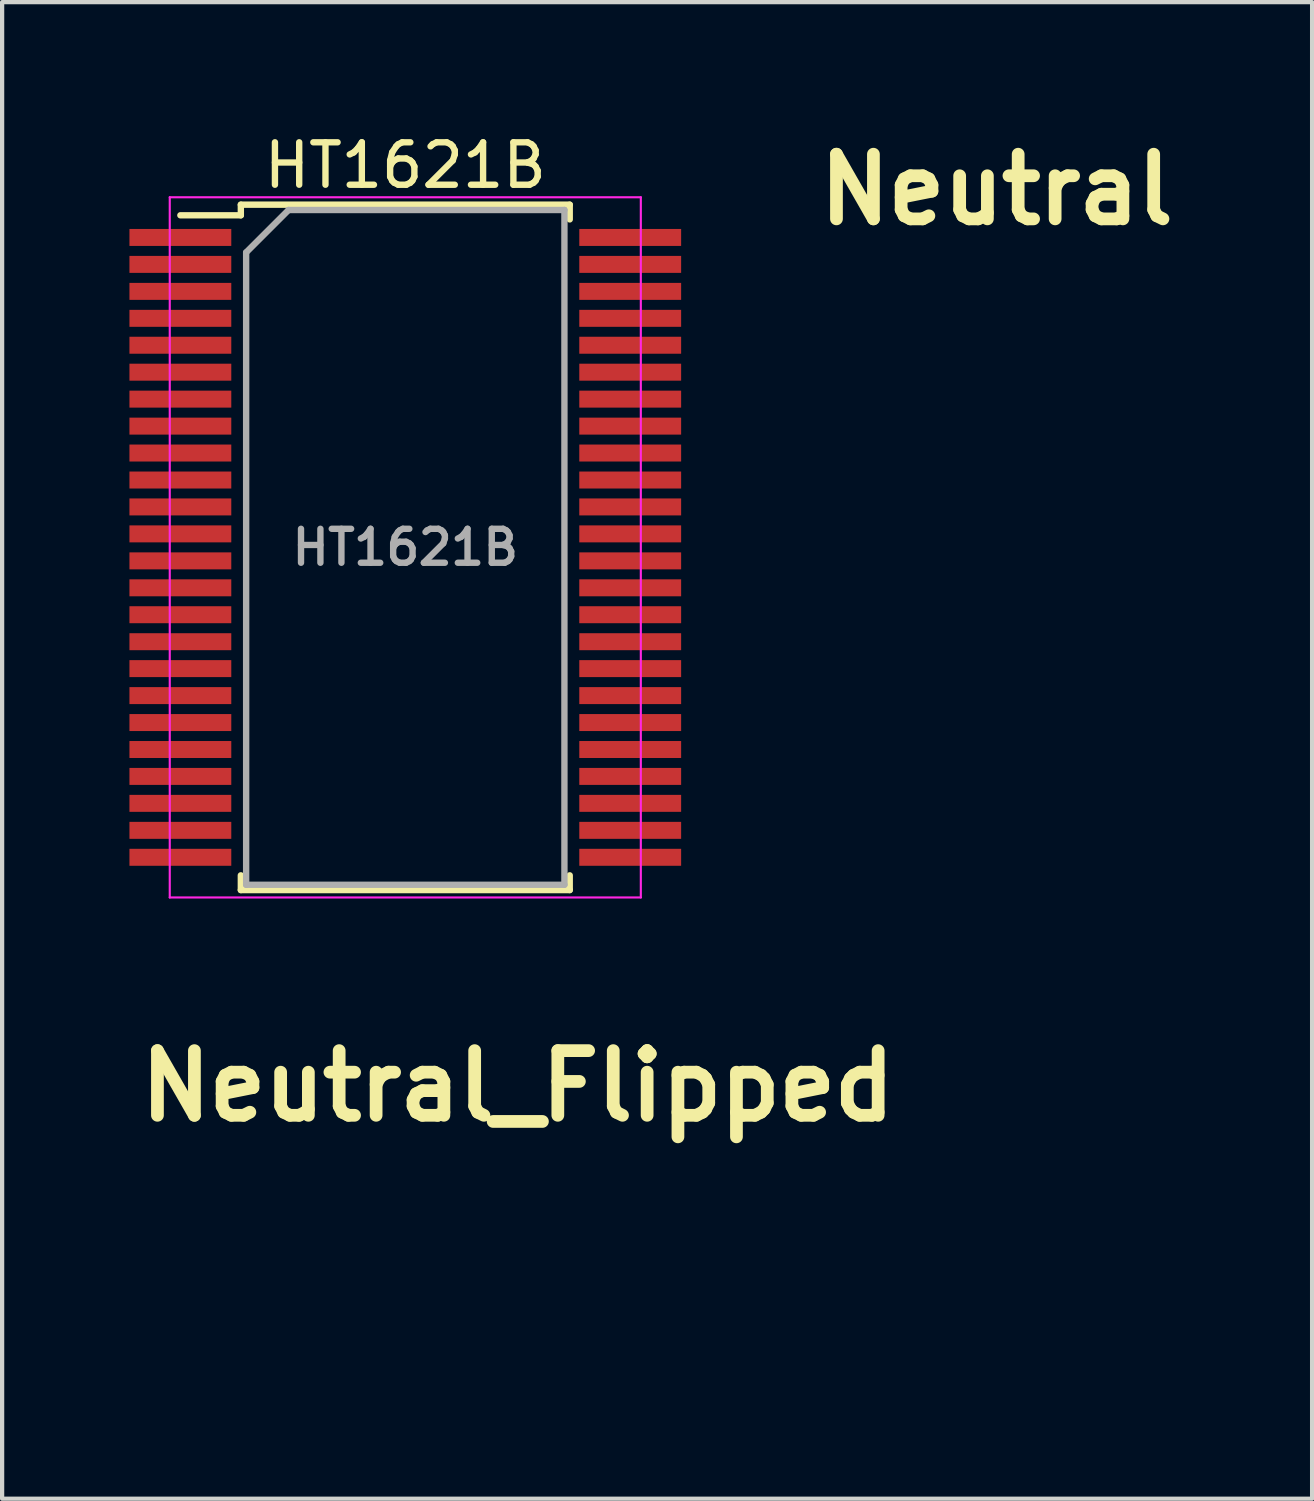
<source format=kicad_pcb>
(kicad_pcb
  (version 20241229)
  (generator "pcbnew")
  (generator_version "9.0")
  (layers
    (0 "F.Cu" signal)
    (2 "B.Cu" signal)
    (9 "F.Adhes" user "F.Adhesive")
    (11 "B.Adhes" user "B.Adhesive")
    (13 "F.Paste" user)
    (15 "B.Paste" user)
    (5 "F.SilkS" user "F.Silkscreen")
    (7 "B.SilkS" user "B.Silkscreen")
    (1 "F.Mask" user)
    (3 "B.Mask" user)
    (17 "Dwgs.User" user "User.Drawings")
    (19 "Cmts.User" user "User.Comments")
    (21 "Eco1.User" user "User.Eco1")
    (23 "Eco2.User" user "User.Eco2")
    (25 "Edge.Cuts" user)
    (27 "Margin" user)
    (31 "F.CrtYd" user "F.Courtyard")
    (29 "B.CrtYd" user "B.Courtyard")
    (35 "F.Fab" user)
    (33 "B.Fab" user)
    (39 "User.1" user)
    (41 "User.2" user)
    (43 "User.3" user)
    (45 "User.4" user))
  (footprint "HT1621B"
    (layer "F.Cu")
    (at 6.5 9.848)
    (property "Reference" "HT1621B" (at 0 -9 0) (layer "F.SilkS") (effects (font (size 1 1) (thickness 0.15))))
    (attr smd)
    (fp_line (start -3.875 -8.075) (end -3.875 -7.825) (stroke (width 0.15) (type solid)) (layer "F.SilkS"))
    (fp_line (start -3.875 -8.075) (end 3.875 -8.075) (stroke (width 0.15) (type solid)) (layer "F.SilkS"))
    (fp_line (start -3.875 -7.825) (end -5.3 -7.825) (stroke (width 0.15) (type solid)) (layer "F.SilkS"))
    (fp_line (start -3.875 8.075) (end -3.875 7.728) (stroke (width 0.15) (type solid)) (layer "F.SilkS"))
    (fp_line (start -3.875 8.075) (end 3.875 8.075) (stroke (width 0.15) (type solid)) (layer "F.SilkS"))
    (fp_line (start 3.875 -8.075) (end 3.875 -7.728) (stroke (width 0.15) (type solid)) (layer "F.SilkS"))
    (fp_line (start 3.875 8.075) (end 3.875 7.728) (stroke (width 0.15) (type solid)) (layer "F.SilkS"))
    (fp_line (start -5.55 -8.25) (end -5.55 8.25) (stroke (width 0.05) (type solid)) (layer "F.CrtYd"))
    (fp_line (start -5.55 -8.25) (end 5.55 -8.25) (stroke (width 0.05) (type solid)) (layer "F.CrtYd"))
    (fp_line (start -5.55 8.25) (end 5.55 8.25) (stroke (width 0.05) (type solid)) (layer "F.CrtYd"))
    (fp_line (start 5.55 -8.25) (end 5.55 8.25) (stroke (width 0.05) (type solid)) (layer "F.CrtYd"))
    (fp_line (start -3.75 -6.95) (end -2.75 -7.95) (stroke (width 0.15) (type solid)) (layer "F.Fab"))
    (fp_line (start -3.75 7.95) (end -3.75 -6.95) (stroke (width 0.15) (type solid)) (layer "F.Fab"))
    (fp_line (start -2.75 -7.95) (end 3.75 -7.95) (stroke (width 0.15) (type solid)) (layer "F.Fab"))
    (fp_line (start 3.75 -7.95) (end 3.75 7.95) (stroke (width 0.15) (type solid)) (layer "F.Fab"))
    (fp_line (start 3.75 7.95) (end -3.75 7.95) (stroke (width 0.15) (type solid)) (layer "F.Fab"))
    (fp_text user "${REFERENCE}" (at 0 0 0) (layer "F.Fab") (effects (font (size 0.8 0.8) (thickness 0.15))))
    (pad "1" smd rect (at -5.3 -7.303) (size 2.4 0.4) (layers "F.Cu" "F.Mask" "F.Paste"))
    (pad "2" smd rect (at -5.3 -6.668) (size 2.4 0.4) (layers "F.Cu" "F.Mask" "F.Paste"))
    (pad "3" smd rect (at -5.3 -6.032) (size 2.4 0.4) (layers "F.Cu" "F.Mask" "F.Paste"))
    (pad "4" smd rect (at -5.3 -5.397) (size 2.4 0.4) (layers "F.Cu" "F.Mask" "F.Paste"))
    (pad "5" smd rect (at -5.3 -4.763) (size 2.4 0.4) (layers "F.Cu" "F.Mask" "F.Paste"))
    (pad "6" smd rect (at -5.3 -4.128) (size 2.4 0.4) (layers "F.Cu" "F.Mask" "F.Paste"))
    (pad "7" smd rect (at -5.3 -3.493) (size 2.4 0.4) (layers "F.Cu" "F.Mask" "F.Paste"))
    (pad "8" smd rect (at -5.3 -2.857) (size 2.4 0.4) (layers "F.Cu" "F.Mask" "F.Paste"))
    (pad "9" smd rect (at -5.3 -2.223) (size 2.4 0.4) (layers "F.Cu" "F.Mask" "F.Paste"))
    (pad "10" smd rect (at -5.3 -1.587) (size 2.4 0.4) (layers "F.Cu" "F.Mask" "F.Paste"))
    (pad "11" smd rect (at -5.3 -0.953) (size 2.4 0.4) (layers "F.Cu" "F.Mask" "F.Paste"))
    (pad "12" smd rect (at -5.3 -0.318) (size 2.4 0.4) (layers "F.Cu" "F.Mask" "F.Paste"))
    (pad "13" smd rect (at -5.3 0.318) (size 2.4 0.4) (layers "F.Cu" "F.Mask" "F.Paste"))
    (pad "14" smd rect (at -5.3 0.953) (size 2.4 0.4) (layers "F.Cu" "F.Mask" "F.Paste"))
    (pad "15" smd rect (at -5.3 1.587) (size 2.4 0.4) (layers "F.Cu" "F.Mask" "F.Paste"))
    (pad "16" smd rect (at -5.3 2.223) (size 2.4 0.4) (layers "F.Cu" "F.Mask" "F.Paste"))
    (pad "17" smd rect (at -5.3 2.857) (size 2.4 0.4) (layers "F.Cu" "F.Mask" "F.Paste"))
    (pad "18" smd rect (at -5.3 3.493) (size 2.4 0.4) (layers "F.Cu" "F.Mask" "F.Paste"))
    (pad "19" smd rect (at -5.3 4.128) (size 2.4 0.4) (layers "F.Cu" "F.Mask" "F.Paste"))
    (pad "20" smd rect (at -5.3 4.763) (size 2.4 0.4) (layers "F.Cu" "F.Mask" "F.Paste"))
    (pad "21" smd rect (at -5.3 5.397) (size 2.4 0.4) (layers "F.Cu" "F.Mask" "F.Paste"))
    (pad "22" smd rect (at -5.3 6.032) (size 2.4 0.4) (layers "F.Cu" "F.Mask" "F.Paste"))
    (pad "23" smd rect (at -5.3 6.668) (size 2.4 0.4) (layers "F.Cu" "F.Mask" "F.Paste"))
    (pad "24" smd rect (at -5.3 7.303) (size 2.4 0.4) (layers "F.Cu" "F.Mask" "F.Paste"))
    (pad "25" smd rect (at 5.3 7.303) (size 2.4 0.4) (layers "F.Cu" "F.Mask" "F.Paste"))
    (pad "26" smd rect (at 5.3 6.668) (size 2.4 0.4) (layers "F.Cu" "F.Mask" "F.Paste"))
    (pad "27" smd rect (at 5.3 6.032) (size 2.4 0.4) (layers "F.Cu" "F.Mask" "F.Paste"))
    (pad "28" smd rect (at 5.3 5.397) (size 2.4 0.4) (layers "F.Cu" "F.Mask" "F.Paste"))
    (pad "29" smd rect (at 5.3 4.763) (size 2.4 0.4) (layers "F.Cu" "F.Mask" "F.Paste"))
    (pad "30" smd rect (at 5.3 4.128) (size 2.4 0.4) (layers "F.Cu" "F.Mask" "F.Paste"))
    (pad "31" smd rect (at 5.3 3.493) (size 2.4 0.4) (layers "F.Cu" "F.Mask" "F.Paste"))
    (pad "32" smd rect (at 5.3 2.857) (size 2.4 0.4) (layers "F.Cu" "F.Mask" "F.Paste"))
    (pad "33" smd rect (at 5.3 2.223) (size 2.4 0.4) (layers "F.Cu" "F.Mask" "F.Paste"))
    (pad "34" smd rect (at 5.3 1.587) (size 2.4 0.4) (layers "F.Cu" "F.Mask" "F.Paste"))
    (pad "35" smd rect (at 5.3 0.953) (size 2.4 0.4) (layers "F.Cu" "F.Mask" "F.Paste"))
    (pad "36" smd rect (at 5.3 0.318) (size 2.4 0.4) (layers "F.Cu" "F.Mask" "F.Paste"))
    (pad "37" smd rect (at 5.3 -0.318) (size 2.4 0.4) (layers "F.Cu" "F.Mask" "F.Paste"))
    (pad "38" smd rect (at 5.3 -0.953) (size 2.4 0.4) (layers "F.Cu" "F.Mask" "F.Paste"))
    (pad "39" smd rect (at 5.3 -1.587) (size 2.4 0.4) (layers "F.Cu" "F.Mask" "F.Paste"))
    (pad "40" smd rect (at 5.3 -2.223) (size 2.4 0.4) (layers "F.Cu" "F.Mask" "F.Paste"))
    (pad "41" smd rect (at 5.3 -2.857) (size 2.4 0.4) (layers "F.Cu" "F.Mask" "F.Paste"))
    (pad "42" smd rect (at 5.3 -3.493) (size 2.4 0.4) (layers "F.Cu" "F.Mask" "F.Paste"))
    (pad "43" smd rect (at 5.3 -4.128) (size 2.4 0.4) (layers "F.Cu" "F.Mask" "F.Paste"))
    (pad "44" smd rect (at 5.3 -4.763) (size 2.4 0.4) (layers "F.Cu" "F.Mask" "F.Paste"))
    (pad "45" smd rect (at 5.3 -5.397) (size 2.4 0.4) (layers "F.Cu" "F.Mask" "F.Paste"))
    (pad "46" smd rect (at 5.3 -6.032) (size 2.4 0.4) (layers "F.Cu" "F.Mask" "F.Paste"))
    (pad "47" smd rect (at 5.3 -6.668) (size 2.4 0.4) (layers "F.Cu" "F.Mask" "F.Paste"))
    (pad "48" smd rect (at 5.3 -7.303) (size 2.4 0.4) (layers "F.Cu" "F.Mask" "F.Paste")))
  (footprint "Neutral"
    (layer "F.Cu")
    (at 20.386 6.498)
    (property "Reference" "Neutral" (at 0.048 -5.08 0) (layer "F.SilkS") (effects (font (size 1.524 1.524) (thickness 0.3))))
    (attr board_only exclude_from_pos_files exclude_from_bom)
    (fp_poly (pts (xy 0.048 -0.417) (xy 0.191 -0.195) (xy 0.328 0.018) (xy 0.457 0.218) (xy 0.575 0.401) (xy 0.681 0.564) (xy 0.77 0.703) (xy 0.842 0.814) (xy 0.894 0.894) (xy 0.923 0.938) (xy 0.925 0.942) (xy 0.998 1.05) (xy 0.989 -0.308) (xy 0.981 -1.667) (xy 1.385 -1.667) (xy 1.385 1.643) (xy 1.133 1.642) (xy 0.88 1.641) (xy 0.003 0.291) (xy -0.144 0.065) (xy -0.284 -0.149) (xy -0.414 -0.348) (xy -0.533 -0.529) (xy -0.638 -0.688) (xy -0.726 -0.822) (xy -0.797 -0.928) (xy -0.848 -1.003) (xy -0.877 -1.044) (xy -0.883 -1.05) (xy -0.884 -1.025) (xy -0.883 -0.961) (xy -0.88 -0.865) (xy -0.875 -0.745) (xy -0.869 -0.621) (xy -0.863 -0.498) (xy -0.859 -0.337) (xy -0.854 -0.146) (xy -0.851 0.066) (xy -0.848 0.291) (xy -0.846 0.52) (xy -0.846 0.722) (xy -0.845 1.643) (xy -1.244 1.643) (xy -1.244 -1.667) (xy -0.757 -1.667)) (stroke (width 0) (type solid)) (fill yes) (layer "F.Mask")))
  (footprint "Neutral_Flipped"
    (layer "F.Cu")
    (at 9.103 27.621)
    (property "Reference" "Neutral_Flipped" (at 0.048 -5.08 0) (layer "F.SilkS") (effects (font (size 1.524 1.524) (thickness 0.3))))
    (attr board_only exclude_from_pos_files exclude_from_bom)
    (fp_poly (pts (xy -0.048 -0.417) (xy -0.191 -0.195) (xy -0.328 0.018) (xy -0.457 0.218) (xy -0.575 0.401) (xy -0.681 0.564) (xy -0.77 0.703) (xy -0.842 0.814) (xy -0.894 0.894) (xy -0.923 0.938) (xy -0.925 0.942) (xy -0.998 1.05) (xy -0.989 -0.308) (xy -0.981 -1.667) (xy -1.385 -1.667) (xy -1.385 1.643) (xy -1.133 1.642) (xy -0.88 1.641) (xy -0.003 0.291) (xy 0.144 0.065) (xy 0.284 -0.149) (xy 0.414 -0.348) (xy 0.533 -0.529) (xy 0.638 -0.688) (xy 0.726 -0.822) (xy 0.797 -0.928) (xy 0.848 -1.003) (xy 0.877 -1.044) (xy 0.883 -1.05) (xy 0.884 -1.025) (xy 0.883 -0.961) (xy 0.88 -0.865) (xy 0.875 -0.745) (xy 0.869 -0.621) (xy 0.863 -0.498) (xy 0.859 -0.337) (xy 0.854 -0.146) (xy 0.851 0.066) (xy 0.848 0.291) (xy 0.846 0.52) (xy 0.846 0.722) (xy 0.845 1.643) (xy 1.244 1.643) (xy 1.244 -1.667) (xy 0.757 -1.667)) (stroke (width 0) (type solid)) (fill yes) (layer "F.Mask")))
  (gr_rect
    (start -3 -3)
    (end 27.868 32.265)
    (stroke (width 0.1) (type default))
    (fill no)
    (layer "Edge.Cuts")))
</source>
